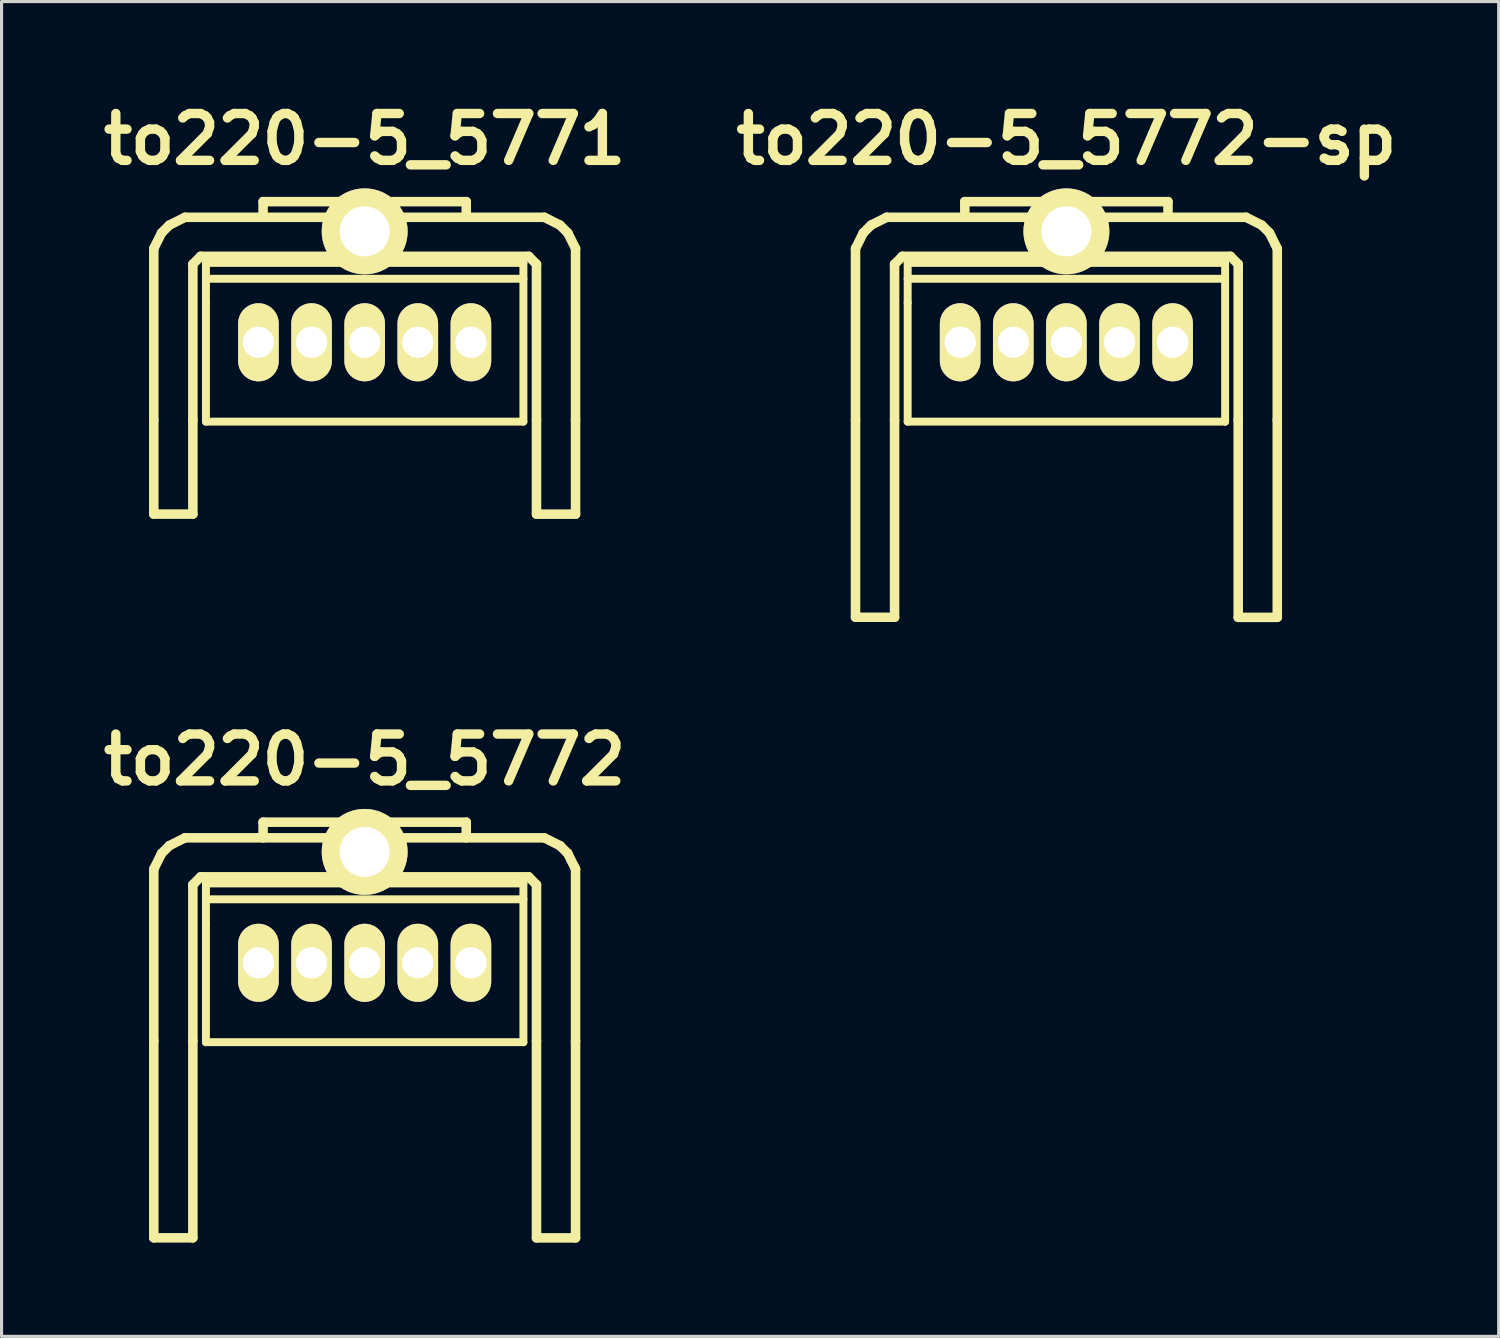
<source format=kicad_pcb>
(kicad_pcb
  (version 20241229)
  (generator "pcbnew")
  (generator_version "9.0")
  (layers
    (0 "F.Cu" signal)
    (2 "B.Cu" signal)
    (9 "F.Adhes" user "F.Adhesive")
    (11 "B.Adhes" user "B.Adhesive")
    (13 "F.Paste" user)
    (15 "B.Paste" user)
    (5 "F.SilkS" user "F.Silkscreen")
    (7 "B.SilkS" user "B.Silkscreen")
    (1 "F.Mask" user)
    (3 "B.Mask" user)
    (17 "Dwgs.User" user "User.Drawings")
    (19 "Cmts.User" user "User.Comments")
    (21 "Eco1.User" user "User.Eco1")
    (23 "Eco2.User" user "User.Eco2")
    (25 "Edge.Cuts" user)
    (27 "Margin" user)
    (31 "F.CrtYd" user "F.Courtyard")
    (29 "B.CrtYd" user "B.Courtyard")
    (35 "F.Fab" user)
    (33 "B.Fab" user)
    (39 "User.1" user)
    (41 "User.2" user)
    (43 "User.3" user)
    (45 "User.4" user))
  (footprint "to220-5_5772-sp"
    (layer "F.Cu")
    (at 31.079 7.904)
    (property "Reference" "to220-5_5772-sp" (at 0 -6.5 0) (layer "F.SilkS") (effects (font (size 1.5 1.5) (thickness 0.3))))
    (attr through_hole)
    (fp_line (start -6.749 -3) (end -6.5 -3.5) (stroke (width 0.305) (type solid)) (layer "F.SilkS"))
    (fp_line (start -6.749 2.499) (end -6.749 -3) (stroke (width 0.305) (type solid)) (layer "F.SilkS"))
    (fp_line (start -6.749 2.499) (end -6.749 8.801) (stroke (width 0.305) (type solid)) (layer "F.SilkS"))
    (fp_line (start -6.5 -3.5) (end -6.251 -3.749) (stroke (width 0.305) (type solid)) (layer "F.SilkS"))
    (fp_line (start -6.251 -3.749) (end -5.751 -4) (stroke (width 0.305) (type solid)) (layer "F.SilkS"))
    (fp_line (start -5.499 -2.499) (end -5.25 -2.751) (stroke (width 0.305) (type solid)) (layer "F.SilkS"))
    (fp_line (start -5.499 2.499) (end -5.499 -2.499) (stroke (width 0.305) (type solid)) (layer "F.SilkS"))
    (fp_line (start -5.499 8.801) (end -6.749 8.801) (stroke (width 0.305) (type solid)) (layer "F.SilkS"))
    (fp_line (start -5.499 8.801) (end -5.499 2.499) (stroke (width 0.305) (type solid)) (layer "F.SilkS"))
    (fp_line (start -5.25 -2.751) (end 5.25 -2.751) (stroke (width 0.305) (type solid)) (layer "F.SilkS"))
    (fp_line (start -5.08 -2.54) (end -5.08 -1.27) (stroke (width 0.254) (type solid)) (layer "F.SilkS"))
    (fp_line (start -5.08 -2.032) (end 5.08 -2.032) (stroke (width 0.254) (type solid)) (layer "F.SilkS"))
    (fp_line (start -5.08 -1.27) (end -5.08 2.54) (stroke (width 0.254) (type solid)) (layer "F.SilkS"))
    (fp_line (start -5.08 2.54) (end 5.08 2.54) (stroke (width 0.254) (type solid)) (layer "F.SilkS"))
    (fp_line (start -3.251 -4.501) (end 3.251 -4.501) (stroke (width 0.305) (type solid)) (layer "F.SilkS"))
    (fp_line (start -3.251 -4) (end -3.251 -4.501) (stroke (width 0.305) (type solid)) (layer "F.SilkS"))
    (fp_line (start 3.251 -4.501) (end 3.251 -4) (stroke (width 0.305) (type solid)) (layer "F.SilkS"))
    (fp_line (start 5.08 -2.54) (end -5.08 -2.54) (stroke (width 0.254) (type solid)) (layer "F.SilkS"))
    (fp_line (start 5.08 2.54) (end 5.08 -2.54) (stroke (width 0.254) (type solid)) (layer "F.SilkS"))
    (fp_line (start 5.25 -2.751) (end 5.499 -2.499) (stroke (width 0.305) (type solid)) (layer "F.SilkS"))
    (fp_line (start 5.499 2.499) (end 5.499 -2.499) (stroke (width 0.305) (type solid)) (layer "F.SilkS"))
    (fp_line (start 5.499 8.801) (end 5.499 2.499) (stroke (width 0.305) (type solid)) (layer "F.SilkS"))
    (fp_line (start 5.751 -4) (end -5.751 -4) (stroke (width 0.305) (type solid)) (layer "F.SilkS"))
    (fp_line (start 5.751 -4) (end 6.251 -3.749) (stroke (width 0.305) (type solid)) (layer "F.SilkS"))
    (fp_line (start 6.251 -3.749) (end 6.5 -3.5) (stroke (width 0.305) (type solid)) (layer "F.SilkS"))
    (fp_line (start 6.5 -3.5) (end 6.749 -3) (stroke (width 0.305) (type solid)) (layer "F.SilkS"))
    (fp_line (start 6.749 2.499) (end 6.749 -3) (stroke (width 0.305) (type solid)) (layer "F.SilkS"))
    (fp_line (start 6.749 2.499) (end 6.749 8.801) (stroke (width 0.305) (type solid)) (layer "F.SilkS"))
    (fp_line (start 6.749 8.804) (end 5.499 8.804) (stroke (width 0.305) (type solid)) (layer "F.SilkS"))
    (pad "" thru_hole circle (at 0 -3.55) (size 2.75 2.75) (drill 1.6) (layers "*.Cu" "*.Mask" "F.SilkS"))
    (pad "1" thru_hole oval (at -3.4 0) (size 1.3 2.5) (drill 1) (layers "*.Cu" "*.Mask" "F.SilkS"))
    (pad "2" thru_hole oval (at -1.7 0) (size 1.3 2.5) (drill 1) (layers "*.Cu" "*.Mask" "F.SilkS"))
    (pad "3" thru_hole oval (at 0 0) (size 1.3 2.5) (drill 1) (layers "*.Cu" "*.Mask" "F.SilkS"))
    (pad "4" thru_hole oval (at 1.7 0) (size 1.3 2.5) (drill 1) (layers "*.Cu" "*.Mask" "F.SilkS"))
    (pad "5" thru_hole oval (at 3.4 0) (size 1.3 2.5) (drill 1) (layers "*.Cu" "*.Mask" "F.SilkS")))
  (footprint "to220-5_5771"
    (layer "F.Cu")
    (at 8.621 7.904)
    (property "Reference" "to220-5_5771" (at 0 -6.5 0) (layer "F.SilkS") (effects (font (size 1.5 1.5) (thickness 0.3))))
    (attr through_hole)
    (fp_line (start -6.749 -3) (end -6.5 -3.5) (stroke (width 0.305) (type solid)) (layer "F.SilkS"))
    (fp_line (start -6.749 2.499) (end -6.749 -3) (stroke (width 0.305) (type solid)) (layer "F.SilkS"))
    (fp_line (start -6.749 2.499) (end -6.749 5.499) (stroke (width 0.305) (type solid)) (layer "F.SilkS"))
    (fp_line (start -6.5 -3.5) (end -6.251 -3.749) (stroke (width 0.305) (type solid)) (layer "F.SilkS"))
    (fp_line (start -6.251 -3.749) (end -5.751 -4) (stroke (width 0.305) (type solid)) (layer "F.SilkS"))
    (fp_line (start -5.499 -2.499) (end -5.25 -2.751) (stroke (width 0.305) (type solid)) (layer "F.SilkS"))
    (fp_line (start -5.499 2.499) (end -5.499 -2.499) (stroke (width 0.305) (type solid)) (layer "F.SilkS"))
    (fp_line (start -5.499 2.499) (end -5.499 5.499) (stroke (width 0.305) (type solid)) (layer "F.SilkS"))
    (fp_line (start -5.499 5.499) (end -6.749 5.499) (stroke (width 0.305) (type solid)) (layer "F.SilkS"))
    (fp_line (start -5.25 -2.751) (end 5.25 -2.751) (stroke (width 0.305) (type solid)) (layer "F.SilkS"))
    (fp_line (start -5.08 -2.54) (end -5.08 -1.27) (stroke (width 0.254) (type solid)) (layer "F.SilkS"))
    (fp_line (start -5.08 -2.032) (end 5.08 -2.032) (stroke (width 0.254) (type solid)) (layer "F.SilkS"))
    (fp_line (start -5.08 -1.27) (end -5.08 2.54) (stroke (width 0.254) (type solid)) (layer "F.SilkS"))
    (fp_line (start -5.08 2.54) (end 5.08 2.54) (stroke (width 0.254) (type solid)) (layer "F.SilkS"))
    (fp_line (start -3.251 -4.501) (end 3.251 -4.501) (stroke (width 0.305) (type solid)) (layer "F.SilkS"))
    (fp_line (start -3.251 -4) (end -3.251 -4.501) (stroke (width 0.305) (type solid)) (layer "F.SilkS"))
    (fp_line (start 3.251 -4.501) (end 3.251 -4) (stroke (width 0.305) (type solid)) (layer "F.SilkS"))
    (fp_line (start 5.08 -2.54) (end -5.08 -2.54) (stroke (width 0.254) (type solid)) (layer "F.SilkS"))
    (fp_line (start 5.08 2.54) (end 5.08 -2.54) (stroke (width 0.254) (type solid)) (layer "F.SilkS"))
    (fp_line (start 5.25 -2.751) (end 5.499 -2.499) (stroke (width 0.305) (type solid)) (layer "F.SilkS"))
    (fp_line (start 5.499 2.499) (end 5.499 -2.499) (stroke (width 0.305) (type solid)) (layer "F.SilkS"))
    (fp_line (start 5.499 2.499) (end 5.499 5.499) (stroke (width 0.305) (type solid)) (layer "F.SilkS"))
    (fp_line (start 5.751 -4) (end -5.751 -4) (stroke (width 0.305) (type solid)) (layer "F.SilkS"))
    (fp_line (start 5.751 -4) (end 6.251 -3.749) (stroke (width 0.305) (type solid)) (layer "F.SilkS"))
    (fp_line (start 6.251 -3.749) (end 6.5 -3.5) (stroke (width 0.305) (type solid)) (layer "F.SilkS"))
    (fp_line (start 6.5 -3.5) (end 6.749 -3) (stroke (width 0.305) (type solid)) (layer "F.SilkS"))
    (fp_line (start 6.749 2.499) (end 6.749 -3) (stroke (width 0.305) (type solid)) (layer "F.SilkS"))
    (fp_line (start 6.749 2.499) (end 6.749 5.499) (stroke (width 0.305) (type solid)) (layer "F.SilkS"))
    (fp_line (start 6.749 5.502) (end 5.499 5.502) (stroke (width 0.305) (type solid)) (layer "F.SilkS"))
    (pad "" thru_hole circle (at 0 -3.55) (size 2.75 2.75) (drill 1.6) (layers "*.Cu" "*.Mask" "F.SilkS"))
    (pad "1" thru_hole oval (at 3.4 0) (size 1.3 2.5) (drill 1) (layers "*.Cu" "*.Mask" "F.SilkS"))
    (pad "2" thru_hole oval (at 1.7 0) (size 1.3 2.5) (drill 1) (layers "*.Cu" "*.Mask" "F.SilkS"))
    (pad "3" thru_hole oval (at 0 0) (size 1.3 2.5) (drill 1) (layers "*.Cu" "*.Mask" "F.SilkS"))
    (pad "4" thru_hole oval (at -1.7 0) (size 1.3 2.5) (drill 1) (layers "*.Cu" "*.Mask" "F.SilkS"))
    (pad "5" thru_hole oval (at -3.4 0) (size 1.3 2.5) (drill 1) (layers "*.Cu" "*.Mask" "F.SilkS")))
  (footprint "to220-5_5772"
    (layer "F.Cu")
    (at 8.621 27.764)
    (property "Reference" "to220-5_5772" (at 0 -6.5 0) (layer "F.SilkS") (effects (font (size 1.5 1.5) (thickness 0.3))))
    (attr through_hole)
    (fp_line (start -6.749 -3) (end -6.5 -3.5) (stroke (width 0.305) (type solid)) (layer "F.SilkS"))
    (fp_line (start -6.749 2.499) (end -6.749 -3) (stroke (width 0.305) (type solid)) (layer "F.SilkS"))
    (fp_line (start -6.749 2.499) (end -6.749 8.801) (stroke (width 0.305) (type solid)) (layer "F.SilkS"))
    (fp_line (start -6.5 -3.5) (end -6.251 -3.749) (stroke (width 0.305) (type solid)) (layer "F.SilkS"))
    (fp_line (start -6.251 -3.749) (end -5.751 -4) (stroke (width 0.305) (type solid)) (layer "F.SilkS"))
    (fp_line (start -5.499 -2.499) (end -5.25 -2.751) (stroke (width 0.305) (type solid)) (layer "F.SilkS"))
    (fp_line (start -5.499 2.499) (end -5.499 -2.499) (stroke (width 0.305) (type solid)) (layer "F.SilkS"))
    (fp_line (start -5.499 8.801) (end -6.749 8.801) (stroke (width 0.305) (type solid)) (layer "F.SilkS"))
    (fp_line (start -5.499 8.801) (end -5.499 2.499) (stroke (width 0.305) (type solid)) (layer "F.SilkS"))
    (fp_line (start -5.25 -2.751) (end 5.25 -2.751) (stroke (width 0.305) (type solid)) (layer "F.SilkS"))
    (fp_line (start -5.08 -2.54) (end -5.08 -1.27) (stroke (width 0.254) (type solid)) (layer "F.SilkS"))
    (fp_line (start -5.08 -2.032) (end 5.08 -2.032) (stroke (width 0.254) (type solid)) (layer "F.SilkS"))
    (fp_line (start -5.08 -1.27) (end -5.08 2.54) (stroke (width 0.254) (type solid)) (layer "F.SilkS"))
    (fp_line (start -5.08 2.54) (end 5.08 2.54) (stroke (width 0.254) (type solid)) (layer "F.SilkS"))
    (fp_line (start -3.251 -4.501) (end 3.251 -4.501) (stroke (width 0.305) (type solid)) (layer "F.SilkS"))
    (fp_line (start -3.251 -4) (end -3.251 -4.501) (stroke (width 0.305) (type solid)) (layer "F.SilkS"))
    (fp_line (start 3.251 -4.501) (end 3.251 -4) (stroke (width 0.305) (type solid)) (layer "F.SilkS"))
    (fp_line (start 5.08 -2.54) (end -5.08 -2.54) (stroke (width 0.254) (type solid)) (layer "F.SilkS"))
    (fp_line (start 5.08 2.54) (end 5.08 -2.54) (stroke (width 0.254) (type solid)) (layer "F.SilkS"))
    (fp_line (start 5.25 -2.751) (end 5.499 -2.499) (stroke (width 0.305) (type solid)) (layer "F.SilkS"))
    (fp_line (start 5.499 2.499) (end 5.499 -2.499) (stroke (width 0.305) (type solid)) (layer "F.SilkS"))
    (fp_line (start 5.499 8.801) (end 5.499 2.499) (stroke (width 0.305) (type solid)) (layer "F.SilkS"))
    (fp_line (start 5.751 -4) (end -5.751 -4) (stroke (width 0.305) (type solid)) (layer "F.SilkS"))
    (fp_line (start 5.751 -4) (end 6.251 -3.749) (stroke (width 0.305) (type solid)) (layer "F.SilkS"))
    (fp_line (start 6.251 -3.749) (end 6.5 -3.5) (stroke (width 0.305) (type solid)) (layer "F.SilkS"))
    (fp_line (start 6.5 -3.5) (end 6.749 -3) (stroke (width 0.305) (type solid)) (layer "F.SilkS"))
    (fp_line (start 6.749 2.499) (end 6.749 -3) (stroke (width 0.305) (type solid)) (layer "F.SilkS"))
    (fp_line (start 6.749 2.499) (end 6.749 8.801) (stroke (width 0.305) (type solid)) (layer "F.SilkS"))
    (fp_line (start 6.749 8.804) (end 5.499 8.804) (stroke (width 0.305) (type solid)) (layer "F.SilkS"))
    (pad "" thru_hole circle (at 0 -3.55) (size 2.75 2.75) (drill 1.6) (layers "*.Cu" "*.Mask" "F.SilkS"))
    (pad "1" thru_hole oval (at 3.4 0) (size 1.3 2.5) (drill 1) (layers "*.Cu" "*.Mask" "F.SilkS"))
    (pad "2" thru_hole oval (at 1.7 0) (size 1.3 2.5) (drill 1) (layers "*.Cu" "*.Mask" "F.SilkS"))
    (pad "3" thru_hole oval (at 0 0) (size 1.3 2.5) (drill 1) (layers "*.Cu" "*.Mask" "F.SilkS"))
    (pad "4" thru_hole oval (at -1.7 0) (size 1.3 2.5) (drill 1) (layers "*.Cu" "*.Mask" "F.SilkS"))
    (pad "5" thru_hole oval (at -3.4 0) (size 1.3 2.5) (drill 1) (layers "*.Cu" "*.Mask" "F.SilkS")))
  (gr_rect
    (start -3 -3)
    (end 44.914 39.72)
    (stroke (width 0.1) (type default))
    (fill no)
    (layer "Edge.Cuts")))
</source>
